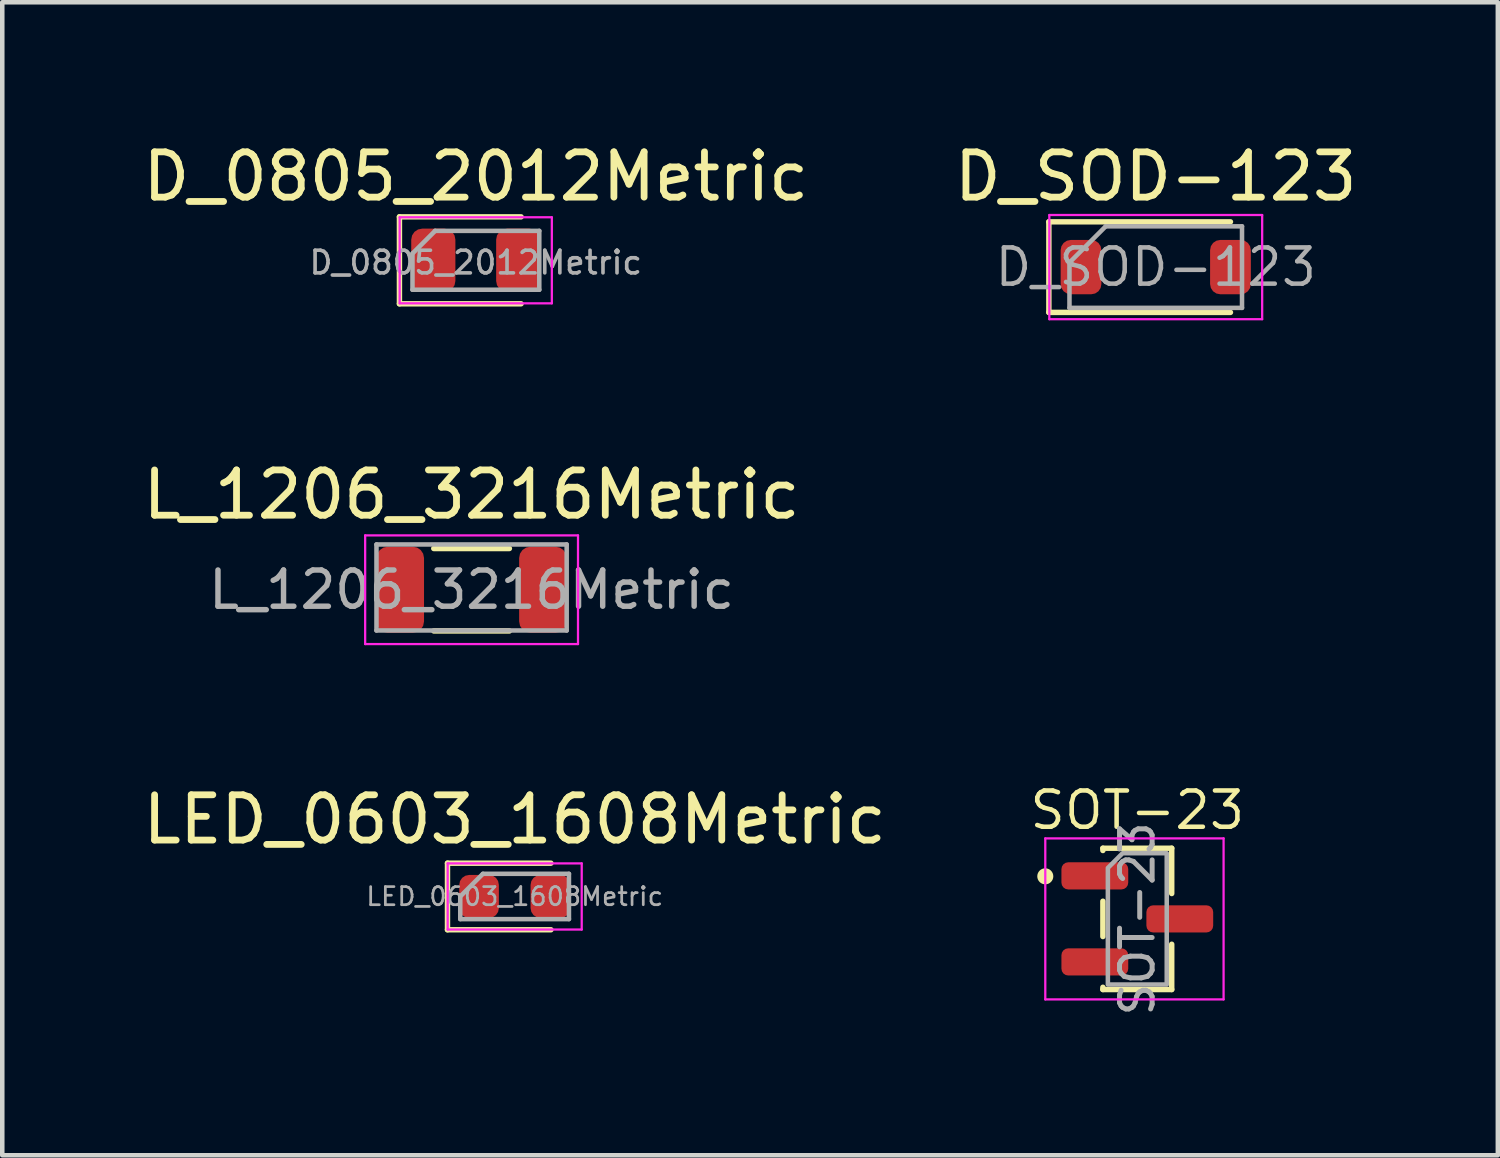
<source format=kicad_pcb>
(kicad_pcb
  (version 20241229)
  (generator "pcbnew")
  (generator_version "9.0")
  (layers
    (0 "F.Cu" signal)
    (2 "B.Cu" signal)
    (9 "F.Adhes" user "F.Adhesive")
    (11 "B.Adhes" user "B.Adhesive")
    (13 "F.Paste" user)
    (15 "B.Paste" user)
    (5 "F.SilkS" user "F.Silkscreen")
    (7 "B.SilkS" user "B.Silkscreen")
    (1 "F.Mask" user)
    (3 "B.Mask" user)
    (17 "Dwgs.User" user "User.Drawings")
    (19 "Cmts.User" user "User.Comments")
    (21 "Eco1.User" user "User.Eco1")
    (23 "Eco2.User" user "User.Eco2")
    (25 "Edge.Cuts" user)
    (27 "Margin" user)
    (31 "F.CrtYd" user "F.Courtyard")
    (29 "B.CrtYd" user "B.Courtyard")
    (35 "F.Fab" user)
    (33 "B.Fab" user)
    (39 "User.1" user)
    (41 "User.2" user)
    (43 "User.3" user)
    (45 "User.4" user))
  (footprint "LED_0603_1608Metric"
    (layer "F.Cu")
    (at 8.313 16.745)
    (property "Reference" "LED_0603_1608Metric" (at 0.003 -1.7 0) (layer "F.SilkS") (effects (font (size 1 1) (thickness 0.15))))
    (attr smd)
    (fp_line (start -1.482 -0.735) (end -1.482 0.735) (stroke (width 0.12) (type solid)) (layer "F.SilkS"))
    (fp_line (start -1.482 0.735) (end 0.802 0.735) (stroke (width 0.12) (type solid)) (layer "F.SilkS"))
    (fp_line (start 0.802 -0.735) (end -1.482 -0.735) (stroke (width 0.12) (type solid)) (layer "F.SilkS"))
    (fp_line (start -1.478 -0.73) (end 1.482 -0.73) (stroke (width 0.05) (type solid)) (layer "F.CrtYd"))
    (fp_line (start -1.478 0.73) (end -1.478 -0.73) (stroke (width 0.05) (type solid)) (layer "F.CrtYd"))
    (fp_line (start 1.482 -0.73) (end 1.482 0.73) (stroke (width 0.05) (type solid)) (layer "F.CrtYd"))
    (fp_line (start 1.482 0.73) (end -1.478 0.73) (stroke (width 0.05) (type solid)) (layer "F.CrtYd"))
    (fp_line (start -1.2 0) (end -1.2 0.5) (stroke (width 0.1) (type solid)) (layer "F.Fab"))
    (fp_line (start -1.2 0.5) (end 1.2 0.5) (stroke (width 0.1) (type solid)) (layer "F.Fab"))
    (fp_line (start -0.7 -0.5) (end -1.2 0) (stroke (width 0.1) (type default)) (layer "F.Fab"))
    (fp_line (start 1.2 -0.5) (end -0.7 -0.5) (stroke (width 0.1) (type solid)) (layer "F.Fab"))
    (fp_line (start 1.2 0.5) (end 1.2 -0.5) (stroke (width 0.1) (type solid)) (layer "F.Fab"))
    (fp_text user "${REFERENCE}" (at 0.003 0 0) (layer "F.Fab") (effects (font (size 0.4 0.4) (thickness 0.06))))
    (pad "1" smd roundrect (at -0.785 0) (size 0.875 0.95) (layers "F.Cu" "F.Mask" "F.Paste") (roundrect_rratio 0.25))
    (pad "2" smd roundrect (at 0.79 0) (size 0.875 0.95) (layers "F.Cu" "F.Mask" "F.Paste") (roundrect_rratio 0.25)))
  (footprint "SOT-23"
    (layer "F.Cu")
    (at 22.063 17.24)
    (property "Reference" "SOT-23" (at 0 -2.4 0) (layer "F.SilkS") (effects (font (size 0.8 0.8) (thickness 0.1))))
    (attr smd)
    (fp_line (start -0.76 -1.56) (end 0.76 -1.56) (stroke (width 0.12) (type solid)) (layer "F.SilkS"))
    (fp_line (start -0.76 -1.51) (end -0.76 -1.56) (stroke (width 0.12) (type solid)) (layer "F.SilkS"))
    (fp_line (start -0.76 0.39) (end -0.76 -0.39) (stroke (width 0.12) (type solid)) (layer "F.SilkS"))
    (fp_line (start -0.76 1.56) (end -0.76 1.51) (stroke (width 0.12) (type solid)) (layer "F.SilkS"))
    (fp_line (start 0.76 -1.56) (end 0.76 -0.56) (stroke (width 0.12) (type solid)) (layer "F.SilkS"))
    (fp_line (start 0.76 0.56) (end 0.76 1.56) (stroke (width 0.12) (type solid)) (layer "F.SilkS"))
    (fp_line (start 0.76 1.56) (end -0.76 1.56) (stroke (width 0.12) (type solid)) (layer "F.SilkS"))
    (fp_circle (center -2.032 -0.94) (end -2.159 -0.94) (stroke (width 0.1) (type default)) (fill yes) (layer "F.SilkS"))
    (fp_line (start -2.032 -1.778) (end 1.905 -1.778) (stroke (width 0.05) (type solid)) (layer "F.CrtYd"))
    (fp_line (start -2.032 1.778) (end -2.032 -1.778) (stroke (width 0.05) (type solid)) (layer "F.CrtYd"))
    (fp_line (start 1.905 -1.778) (end 1.905 1.778) (stroke (width 0.05) (type solid)) (layer "F.CrtYd"))
    (fp_line (start 1.905 1.778) (end -2.032 1.778) (stroke (width 0.05) (type solid)) (layer "F.CrtYd"))
    (fp_poly (pts (xy -0.65 -1.125) (xy -0.65 1.45) (xy 0.65 1.45) (xy 0.65 -1.45) (xy -0.325 -1.45)) (stroke (width 0.1) (type solid)) (fill no) (layer "F.Fab"))
    (fp_text user "${REFERENCE}" (at 0 0 90) (layer "F.Fab") (effects (font (size 0.72 0.72) (thickness 0.11))))
    (pad "1" smd roundrect (at -0.938 -0.95) (size 1.475 0.6) (layers "F.Cu" "F.Mask" "F.Paste") (roundrect_rratio 0.25))
    (pad "2" smd roundrect (at -0.938 0.95) (size 1.475 0.6) (layers "F.Cu" "F.Mask" "F.Paste") (roundrect_rratio 0.25))
    (pad "3" smd roundrect (at 0.938 0) (size 1.475 0.6) (layers "F.Cu" "F.Mask" "F.Paste") (roundrect_rratio 0.25)))
  (footprint "D_SOD-123"
    (layer "F.Cu")
    (at 22.47 2.848)
    (property "Reference" "D_SOD-123" (at 0 -2 0) (layer "F.SilkS") (effects (font (size 1 1) (thickness 0.15))))
    (attr smd)
    (fp_line (start -2.36 -1) (end -2.36 1) (stroke (width 0.12) (type solid)) (layer "F.SilkS"))
    (fp_line (start -2.36 -1) (end 1.65 -1) (stroke (width 0.12) (type solid)) (layer "F.SilkS"))
    (fp_line (start -2.36 1) (end 1.65 1) (stroke (width 0.12) (type solid)) (layer "F.SilkS"))
    (fp_line (start -2.35 -1.15) (end -2.35 1.15) (stroke (width 0.05) (type solid)) (layer "F.CrtYd"))
    (fp_line (start -2.35 -1.15) (end 2.35 -1.15) (stroke (width 0.05) (type solid)) (layer "F.CrtYd"))
    (fp_line (start 2.35 -1.15) (end 2.35 1.15) (stroke (width 0.05) (type solid)) (layer "F.CrtYd"))
    (fp_line (start 2.35 1.15) (end -2.35 1.15) (stroke (width 0.05) (type solid)) (layer "F.CrtYd"))
    (fp_line (start -1.905 0.9) (end -1.905 -0.1) (stroke (width 0.1) (type solid)) (layer "F.Fab"))
    (fp_line (start -1.105 -0.9) (end -1.905 -0.1) (stroke (width 0.1) (type default)) (layer "F.Fab"))
    (fp_line (start 1.905 -0.9) (end -1.105 -0.9) (stroke (width 0.1) (type solid)) (layer "F.Fab"))
    (fp_line (start 1.905 -0.9) (end 1.905 0.9) (stroke (width 0.1) (type solid)) (layer "F.Fab"))
    (fp_line (start 1.905 0.9) (end -1.905 0.9) (stroke (width 0.1) (type solid)) (layer "F.Fab"))
    (fp_text user "${REFERENCE}" (at 0 0 0) (layer "F.Fab") (effects (font (size 0.8 0.8) (thickness 0.1))))
    (pad "1" smd roundrect (at -1.65 0) (size 0.9 1.2) (layers "F.Cu" "F.Mask" "F.Paste") (roundrect_rratio 0.25))
    (pad "2" smd roundrect (at 1.65 0) (size 0.9 1.2) (layers "F.Cu" "F.Mask" "F.Paste") (roundrect_rratio 0.25)))
  (footprint "L_1206_3216Metric"
    (layer "F.Cu")
    (at 7.363 9.972)
    (property "Reference" "L_1206_3216Metric" (at 0 -2.1 0) (layer "F.SilkS") (effects (font (size 1 1) (thickness 0.15))))
    (attr smd)
    (fp_line (start -0.835 -0.91) (end 0.835 -0.91) (stroke (width 0.12) (type solid)) (layer "F.SilkS"))
    (fp_line (start -0.835 0.91) (end 0.835 0.91) (stroke (width 0.12) (type solid)) (layer "F.SilkS"))
    (fp_line (start -2.35 -1.2) (end 2.35 -1.2) (stroke (width 0.05) (type solid)) (layer "F.CrtYd"))
    (fp_line (start -2.35 1.2) (end -2.35 -1.2) (stroke (width 0.05) (type solid)) (layer "F.CrtYd"))
    (fp_line (start 2.35 -1.2) (end 2.35 1.2) (stroke (width 0.05) (type solid)) (layer "F.CrtYd"))
    (fp_line (start 2.35 1.2) (end -2.35 1.2) (stroke (width 0.05) (type solid)) (layer "F.CrtYd"))
    (fp_line (start -2.1 -1) (end 2.1 -1) (stroke (width 0.1) (type solid)) (layer "F.Fab"))
    (fp_line (start -2.1 0.9) (end -2.1 -1) (stroke (width 0.1) (type solid)) (layer "F.Fab"))
    (fp_line (start 2.1 -1) (end 2.1 0.9) (stroke (width 0.1) (type solid)) (layer "F.Fab"))
    (fp_line (start 2.1 0.9) (end -2.1 0.9) (stroke (width 0.1) (type solid)) (layer "F.Fab"))
    (fp_text user "${REFERENCE}" (at 0 0 0) (layer "F.Fab") (effects (font (size 0.8 0.8) (thickness 0.12))))
    (pad "1" smd roundrect (at -1.575 0) (size 1.05 1.9) (layers "F.Cu" "F.Mask" "F.Paste") (roundrect_rratio 0.238))
    (pad "2" smd roundrect (at 1.575 0) (size 1.05 1.9) (layers "F.Cu" "F.Mask" "F.Paste") (roundrect_rratio 0.238)))
  (footprint "D_0805_2012Metric"
    (layer "F.Cu")
    (at 7.458 2.748)
    (property "Reference" "D_0805_2012Metric" (at 0 -1.9 0) (layer "F.SilkS") (effects (font (size 1 1) (thickness 0.15))))
    (attr smd)
    (fp_line (start -1.688 -1.01) (end -1.688 0.91) (stroke (width 0.12) (type solid)) (layer "F.SilkS"))
    (fp_line (start -1.688 0.91) (end 0.998 0.91) (stroke (width 0.12) (type solid)) (layer "F.SilkS"))
    (fp_line (start 0.998 -1.01) (end -1.688 -1.01) (stroke (width 0.12) (type solid)) (layer "F.SilkS"))
    (fp_line (start -1.683 -1) (end 1.677 -1) (stroke (width 0.05) (type solid)) (layer "F.CrtYd"))
    (fp_line (start -1.683 0.9) (end -1.683 -1) (stroke (width 0.05) (type solid)) (layer "F.CrtYd"))
    (fp_line (start 1.677 -1) (end 1.677 0.9) (stroke (width 0.05) (type solid)) (layer "F.CrtYd"))
    (fp_line (start 1.677 0.9) (end -1.683 0.9) (stroke (width 0.05) (type solid)) (layer "F.CrtYd"))
    (fp_line (start -1.4 -0.2) (end -1.4 0.6) (stroke (width 0.1) (type solid)) (layer "F.Fab"))
    (fp_line (start -1.4 0.6) (end 1.4 0.6) (stroke (width 0.1) (type solid)) (layer "F.Fab"))
    (fp_line (start -0.9 -0.7) (end -1.4 -0.2) (stroke (width 0.1) (type default)) (layer "F.Fab"))
    (fp_line (start 1.4 -0.7) (end -0.9 -0.7) (stroke (width 0.1) (type solid)) (layer "F.Fab"))
    (fp_line (start 1.4 0.6) (end 1.4 -0.7) (stroke (width 0.1) (type solid)) (layer "F.Fab"))
    (fp_text user "${REFERENCE}" (at -0.003 0 0) (layer "F.Fab") (effects (font (size 0.5 0.5) (thickness 0.08))))
    (pad "1" smd roundrect (at -0.94 -0.05) (size 0.975 1.4) (layers "F.Cu" "F.Mask" "F.Paste") (roundrect_rratio 0.25))
    (pad "2" smd roundrect (at 0.935 -0.05) (size 0.975 1.4) (layers "F.Cu" "F.Mask" "F.Paste") (roundrect_rratio 0.25)))
  (gr_rect
    (start -3 -3)
    (end 30.024 22.459)
    (stroke (width 0.1) (type default))
    (fill no)
    (layer "Edge.Cuts")))
</source>
